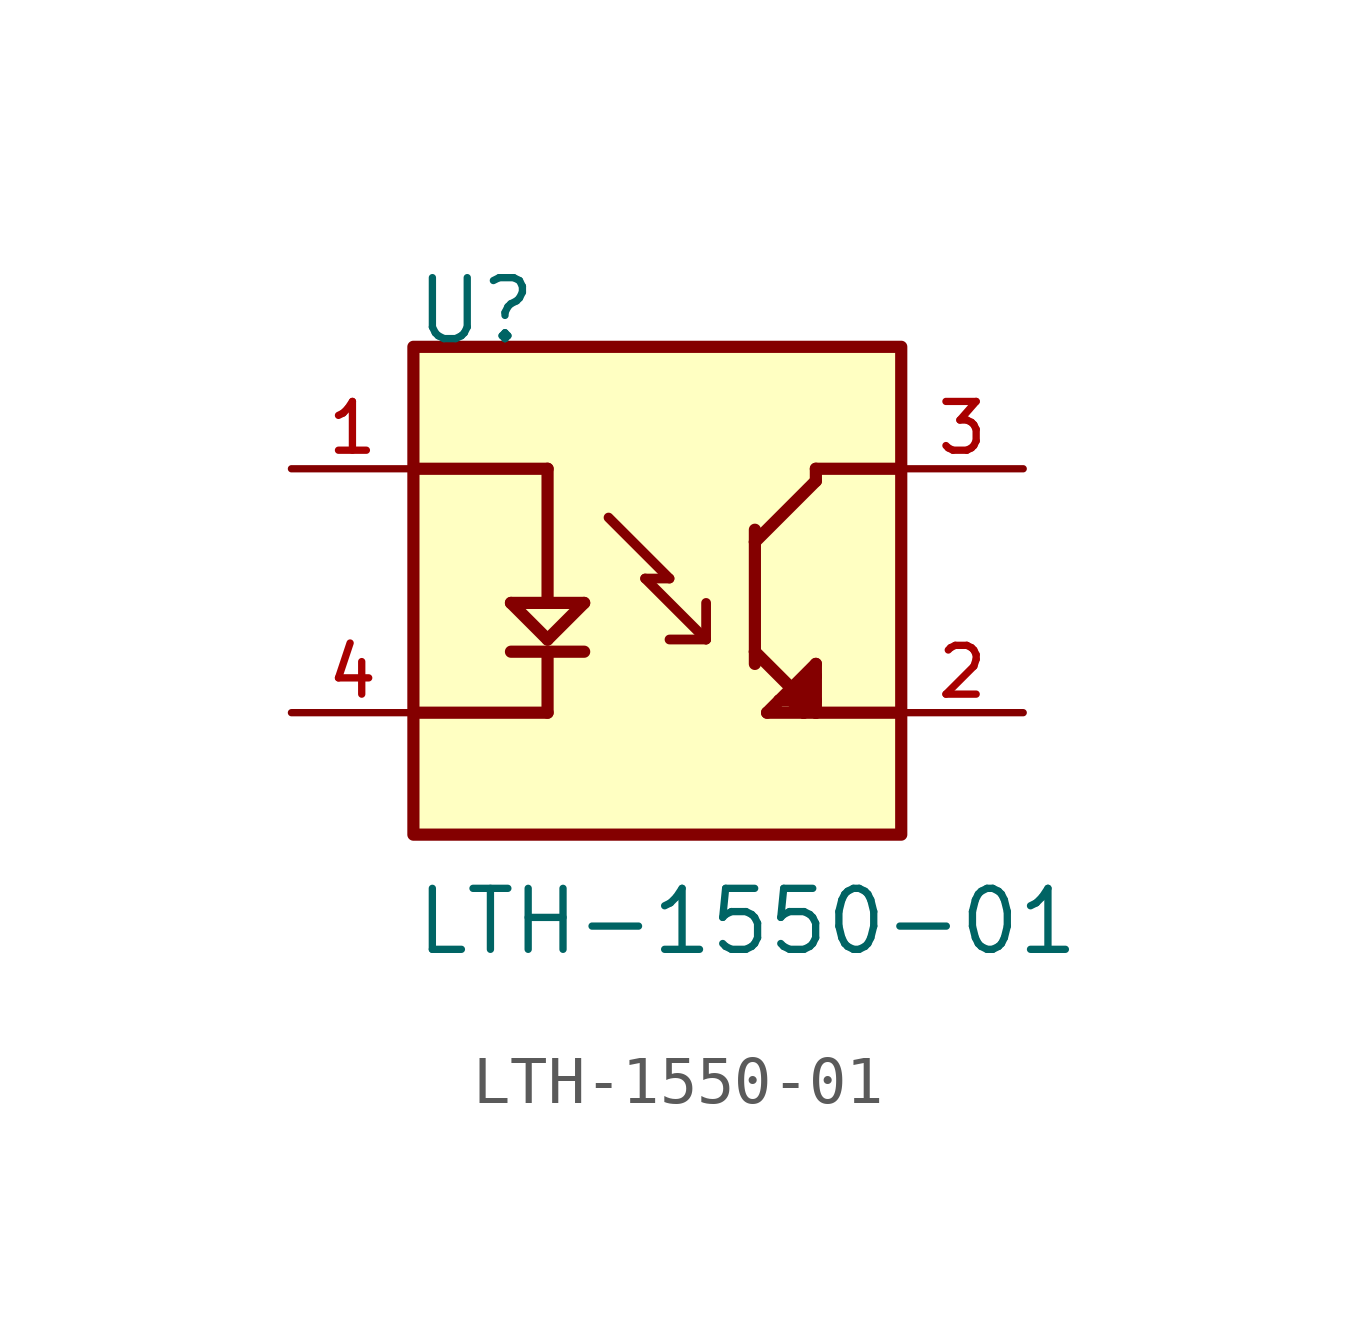
<source format=kicad_sym>
(kicad_symbol_lib
  (version 20211014)
  (generator kicad_symbol_editor)
  (symbol "LTH-1550-01"
    (pin_names
      (offset 1.016))
    (property "Reference" "U"
      (at -5.087 5.087 0)
      (effects (font (size 1.27 1.27)) (justify bottom left)))
    (property "Value" "LTH-1550-01"
      (at -5.088 -7.632 0)
      (effects (font (size 1.27 1.27)) (justify bottom left)))
    (symbol "LTH-1550-01_0_0"
      (polyline (pts (xy -5.08 2.54) (xy -2.286 2.54)) (stroke (width 0.254)))
      (polyline (pts (xy -2.286 2.54) (xy -2.286 -0.254)) (stroke (width 0.254)))
      (polyline (pts (xy -2.286 -0.254) (xy -1.524 -0.254)) (stroke (width 0.254)))
      (polyline (pts (xy -2.286 -0.254) (xy -3.048 -0.254)) (stroke (width 0.254)))
      (polyline (pts (xy -3.048 -0.254) (xy -2.286 -1.016)) (stroke (width 0.254)))
      (polyline (pts (xy -2.286 -1.016) (xy -1.524 -0.254)) (stroke (width 0.254)))
      (polyline (pts (xy -3.048 -1.27) (xy -1.524 -1.27)) (stroke (width 0.254)))
      (polyline (pts (xy -2.286 -1.27) (xy -2.286 -2.54)) (stroke (width 0.254)))
      (polyline (pts (xy -2.286 -2.54) (xy -5.08 -2.54)) (stroke (width 0.254)))
      (polyline (pts (xy 5.08 2.54) (xy 3.302 2.54)) (stroke (width 0.254)))
      (polyline (pts (xy 3.302 2.54) (xy 3.302 2.286)) (stroke (width 0.254)))
      (polyline (pts (xy 3.302 2.286) (xy 2.032 1.016)) (stroke (width 0.254)))
      (polyline (pts (xy 2.032 1.016) (xy 2.032 -1.27)) (stroke (width 0.254)))
      (polyline (pts (xy 2.032 -1.27) (xy 3.302 -2.54)) (stroke (width 0.254)))
      (polyline (pts (xy 3.302 -2.54) (xy 5.08 -2.54)) (stroke (width 0.254)))
      (polyline (pts (xy 3.302 -2.286) (xy 3.302 -1.778)) (stroke (width 0.254)))
      (polyline (pts (xy 3.302 -1.778) (xy 3.302 -1.524)) (stroke (width 0.254)))
      (polyline (pts (xy 3.302 -1.524) (xy 2.54 -2.286)) (stroke (width 0.254)))
      (polyline (pts (xy 2.54 -2.286) (xy 2.286 -2.54)) (stroke (width 0.254)))
      (polyline (pts (xy 2.286 -2.54) (xy 3.048 -2.54)) (stroke (width 0.254)))
      (polyline (pts (xy 3.048 -2.54) (xy 3.302 -2.54)) (stroke (width 0.254)))
      (polyline (pts (xy 3.302 -2.54) (xy 3.302 -2.286)) (stroke (width 0.254)))
      (polyline (pts (xy 3.302 -2.286) (xy 3.048 -2.032)) (stroke (width 0.254)))
      (polyline (pts (xy 3.048 -2.032) (xy 2.794 -2.286)) (stroke (width 0.254)))
      (polyline (pts (xy 2.54 -2.286) (xy 2.794 -2.286)) (stroke (width 0.254)))
      (polyline (pts (xy 2.794 -2.286) (xy 3.048 -2.54)) (stroke (width 0.254)))
      (polyline (pts (xy 3.048 -2.54) (xy 3.048 -2.032)) (stroke (width 0.254)))
      (polyline (pts (xy 3.048 -2.032) (xy 3.302 -1.778)) (stroke (width 0.254)))
      (polyline (pts (xy 2.032 -1.27) (xy 2.032 -1.524)) (stroke (width 0.254)))
      (polyline (pts (xy 2.032 1.016) (xy 2.032 1.27)) (stroke (width 0.254)))
      (polyline (pts (xy 0.254 0.254) (xy -0.254 0.254)) (stroke (width 0.203)))
      (polyline (pts (xy -0.254 0.254) (xy 1.016 -1.016)) (stroke (width 0.203)))
      (polyline (pts (xy 1.016 -1.016) (xy 1.016 -0.254)) (stroke (width 0.203)))
      (polyline (pts (xy 1.016 -1.016) (xy 0.254 -1.016)) (stroke (width 0.203)))
      (polyline (pts (xy -1.016 1.524) (xy 0.254 0.254)) (stroke (width 0.203)))
      (rectangle (start -5.08 -5.08) (end 5.08 5.08) (stroke (width 0.254)) (fill (type background)))
      (pin passive line (at -7.62 2.54 0) (length 2.54) (name "~" (effects (font (size 1.016 1.016)))) (number "1" (effects (font (size 1.016 1.016)))))
      (pin passive line (at -7.62 -2.54 0) (length 2.54) (name "~" (effects (font (size 1.016 1.016)))) (number "4" (effects (font (size 1.016 1.016)))))
      (pin passive line (at 7.62 2.54 180.0) (length 2.54) (name "~" (effects (font (size 1.016 1.016)))) (number "3" (effects (font (size 1.016 1.016)))))
      (pin passive line (at 7.62 -2.54 180.0) (length 2.54) (name "~" (effects (font (size 1.016 1.016)))) (number "2" (effects (font (size 1.016 1.016))))))))
</source>
